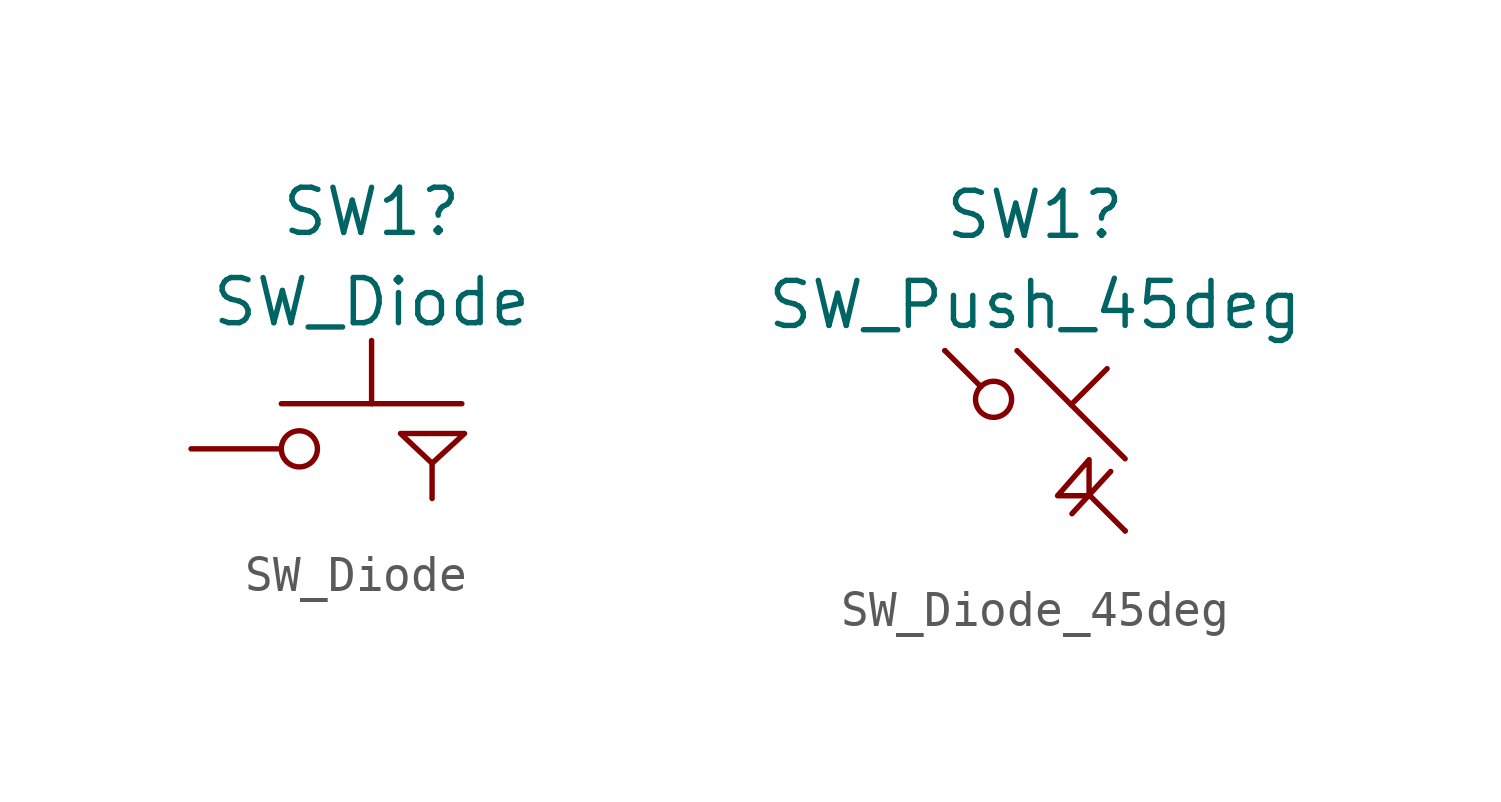
<source format=kicad_sym>
(kicad_symbol_lib
  (version 20220914)
  (generator kicad_symbol_editor)
  (symbol "SW_Diode"
    (pin_numbers hide)
    (pin_names
      (offset 1.016) hide)
    (property "Reference" "SW1"
      (at 0 6.67 0)
      (effects (font (size 1.27 1.27))))
    (property "Value" "SW_Diode"
      (at 0 4.13 0)
      (effects (font (size 1.27 1.27))))
    (symbol "SW_Diode_0_1"
      (circle (center -2.032 0) (radius 0.508) (stroke (width 0) (type default)) (fill (type none)))
      (polyline (pts (xy 0 1.27) (xy 0 3.048)) (stroke (width 0) (type default)) (fill (type none)))
      (polyline (pts (xy 2.54 1.27) (xy -2.54 1.27)) (stroke (width 0) (type default)) (fill (type none)))
      (polyline (pts (xy 1.702 -0.406) (xy 2.616 0.432) (xy 0.813 0.432) (xy 1.702 -0.406)) (stroke (width 0) (type default)) (fill (type none)))
      (pin passive line (at -5.08 0 0) (length 2.54) (name "1" (effects (font (size 1.27 1.27)))) (number "1" (effects (font (size 1.27 1.27)))))
      (pin passive line (at 1.702 -1.397 90) (length 1) (name "2" (effects (font (size 1.27 1.27)))) (number "2" (effects (font (size 1.27 1.27)))))))
  (symbol "SW_Diode_45deg"
    (pin_numbers hide)
    (pin_names
      (offset 1.016) hide)
    (property "Reference" "SW1"
      (at 0 6.37 0)
      (effects (font (size 1.27 1.27))))
    (property "Value" "SW_Push_45deg"
      (at 0 3.83 0)
      (effects (font (size 1.27 1.27))))
    (symbol "SW_Diode_45deg_0_1"
      (circle (center -1.168 1.168) (radius 0.508) (stroke (width 0) (type default)) (fill (type none)))
      (polyline (pts (xy -0.508 2.54) (xy 2.54 -0.508)) (stroke (width 0) (type default)) (fill (type none)))
      (polyline (pts (xy 1.016 1.016) (xy 2.032 2.032)) (stroke (width 0) (type default)) (fill (type none)))
      (polyline (pts (xy 1.041 -2.057) (xy 2.134 -0.864)) (stroke (width 0) (type default)) (fill (type none)))
      (polyline (pts (xy -2.54 2.54) (xy -1.524 1.524) (xy -1.524 1.524)) (stroke (width 0) (type default)) (fill (type none)))
      (polyline (pts (xy 1.524 -1.524) (xy 1.524 -0.533) (xy 0.635 -1.549) (xy 1.524 -1.549)) (stroke (width 0) (type default)) (fill (type none)))
      (polyline (pts (xy 1.524 -1.524) (xy 2.54 -2.54) (xy 2.54 -2.54) (xy 2.54 -2.54)) (stroke (width 0) (type default)) (fill (type none)))
      (pin passive line (at -2.54 2.54 0) (length 0) (name "1" (effects (font (size 1.27 1.27)))) (number "1" (effects (font (size 1.27 1.27)))))
      (pin passive line (at 2.54 -2.54 180) (length 0) (name "2" (effects (font (size 1.27 1.27)))) (number "2" (effects (font (size 1.27 1.27))))))))
</source>
